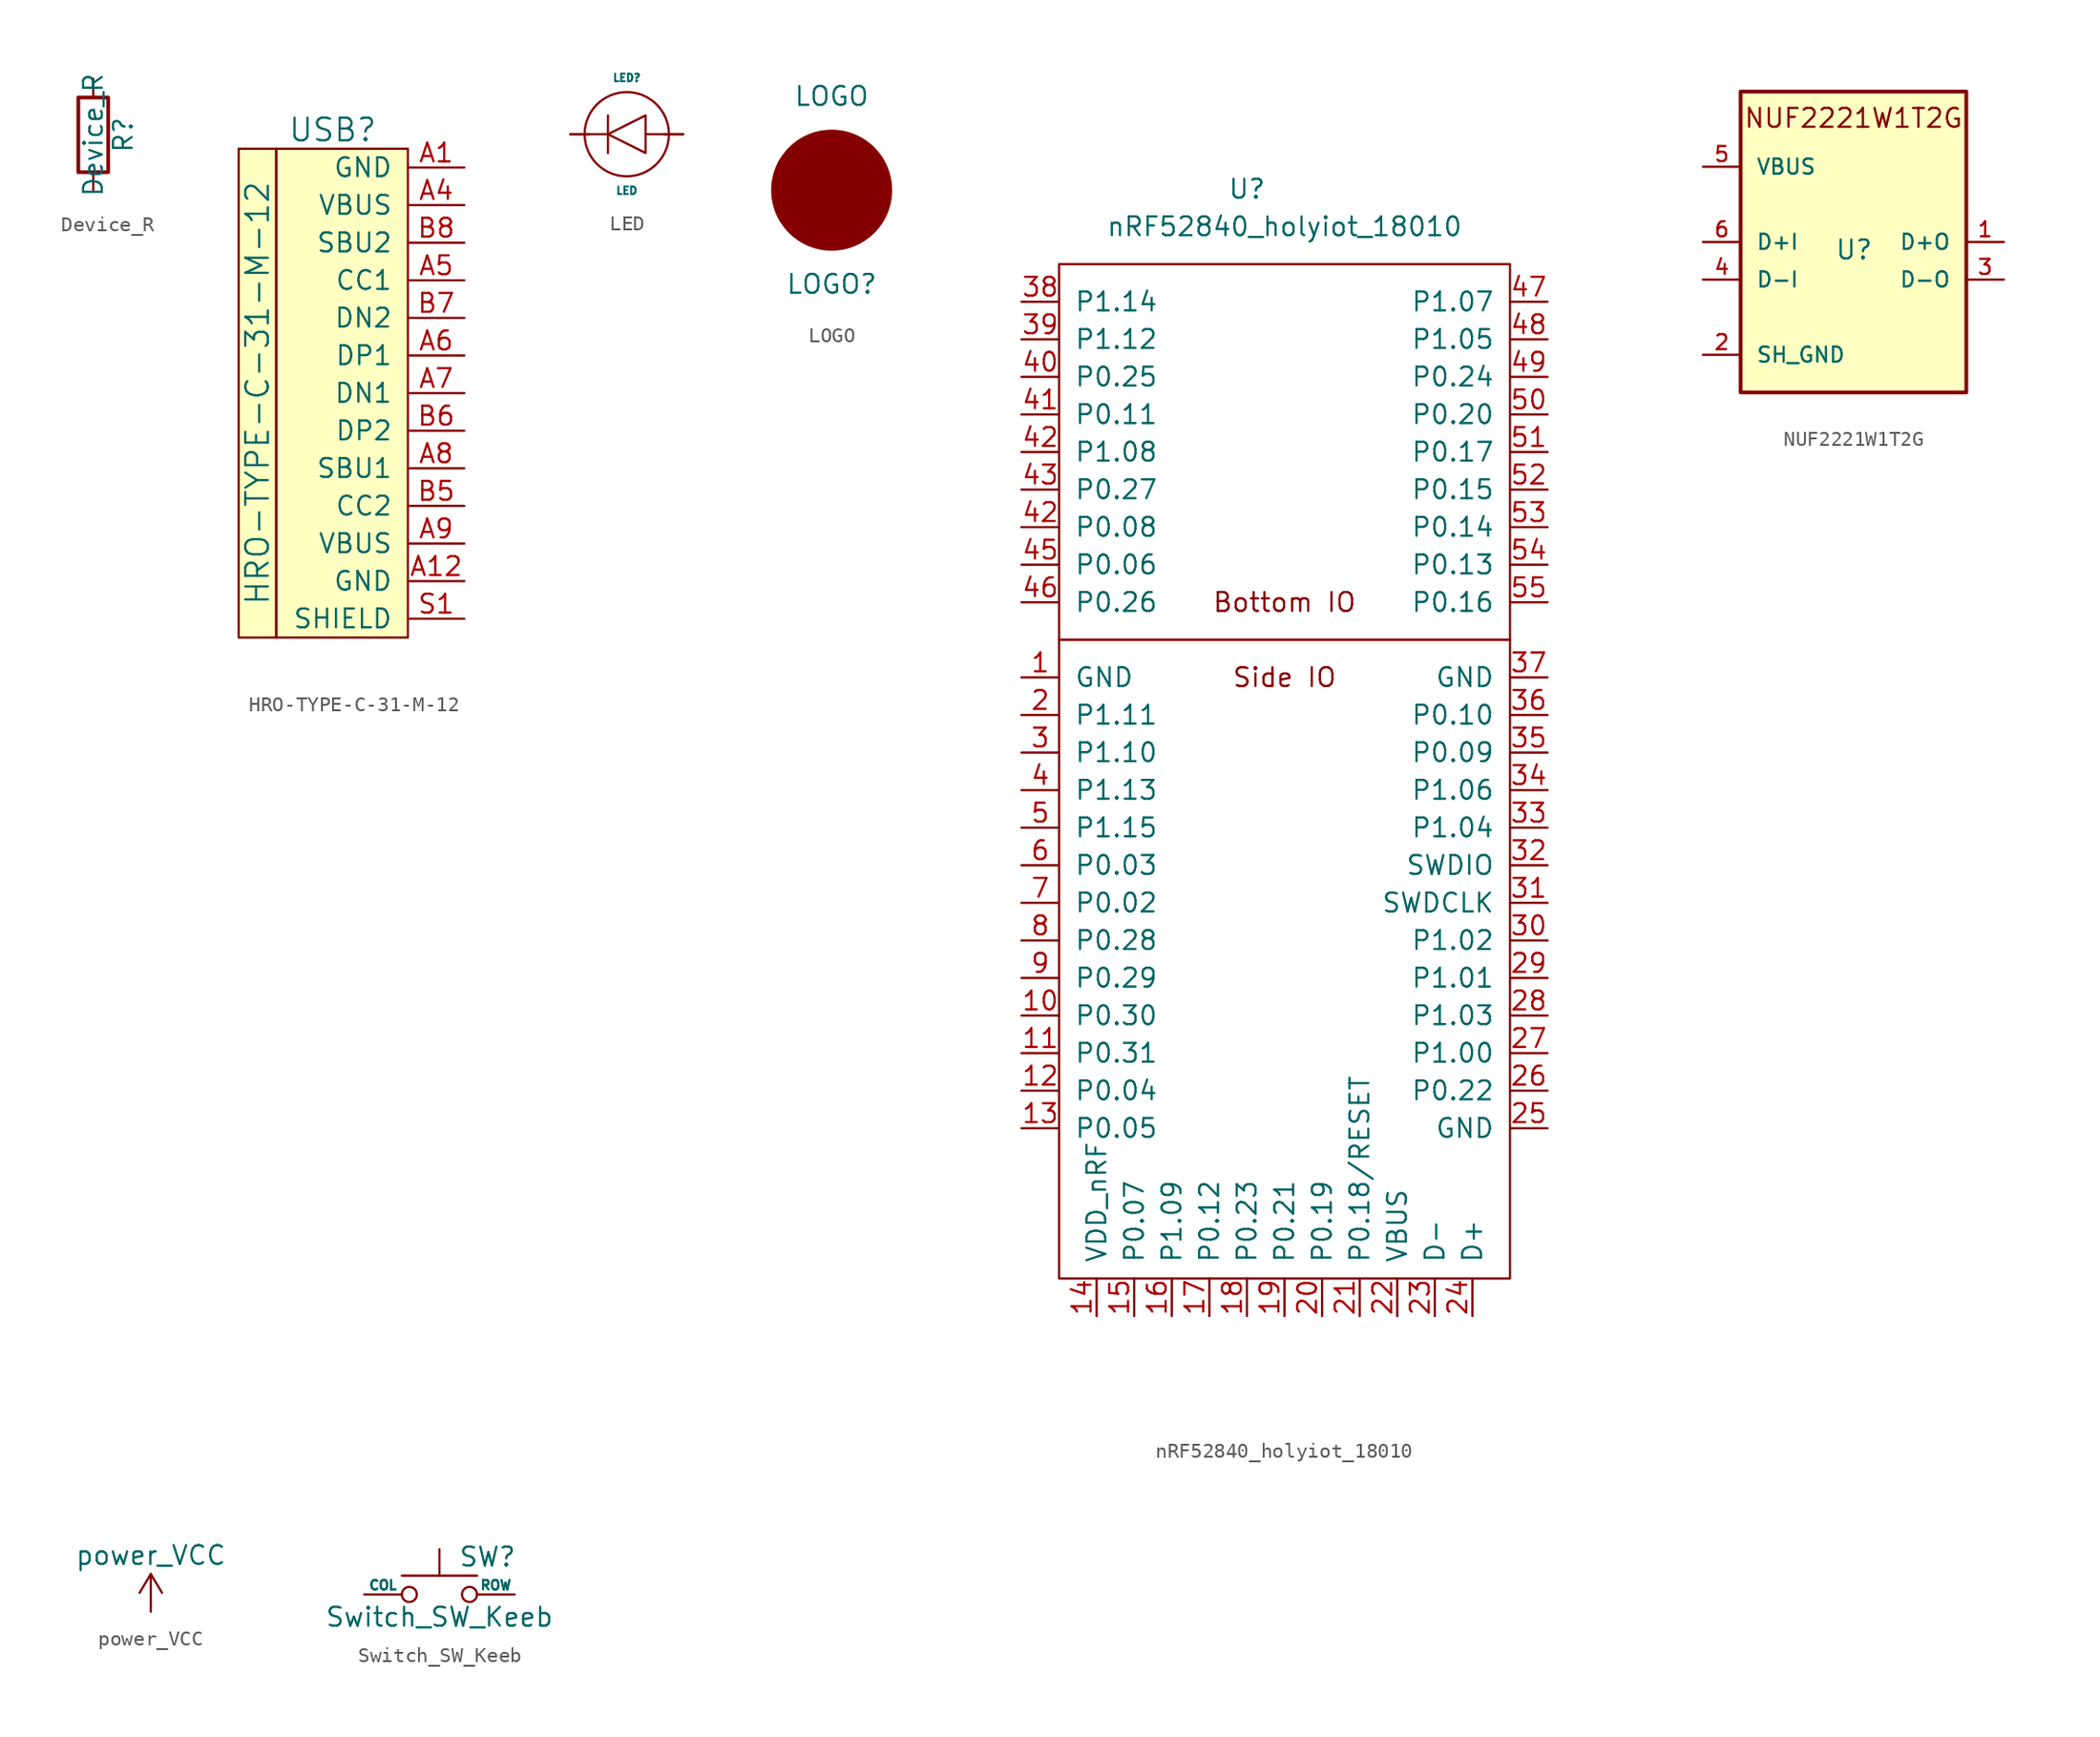
<source format=kicad_sym>
(kicad_symbol_lib
  (version 20201005)
  (generator kicad_symbol_editor)
  (symbol "arisutea-stm32:Device_R"
    (pin_numbers hide)
    (pin_names
      (offset 0))
    (property "Reference" "R"
      (at 2.032 0 90)
      (effects (font (size 1.27 1.27))))
    (property "Value" "Device_R"
      (at 0 0 90)
      (effects (font (size 1.27 1.27))))
    (symbol "Device_R_0_1"
      (rectangle (start -1.016 -2.54) (end 1.016 2.54) (stroke (width 0.254)) (fill (type none))))
    (symbol "Device_R_1_1"
      (pin passive line (at 0 3.81 270) (length 1.27) (name "~" (effects (font (size 1.27 1.27)))) (number "1" (effects (font (size 1.27 1.27)))))
      (pin passive line (at 0 -3.81 90) (length 1.27) (name "~" (effects (font (size 1.27 1.27)))) (number "2" (effects (font (size 1.27 1.27)))))))
  (symbol "arisutea-stm32:HRO-TYPE-C-31-M-12"
    (pin_names
      (offset 1.016))
    (property "Reference" "USB"
      (at -5.08 16.51 0)
      (effects (font (size 1.524 1.524))))
    (property "Value" "HRO-TYPE-C-31-M-12"
      (at -10.16 -1.27 90)
      (effects (font (size 1.524 1.524))))
    (symbol "HRO-TYPE-C-31-M-12_0_1"
      (rectangle (start -11.43 15.24) (end -8.89 -17.78) (stroke (width 0)) (fill (type background)))
      (rectangle (start 0 -17.78) (end -8.89 15.24) (stroke (width 0)) (fill (type background))))
    (symbol "HRO-TYPE-C-31-M-12_1_1"
      (pin power_out line (at 3.81 13.97 180) (length 3.8) (name "GND" (effects (font (size 1.27 1.27)))) (number "A1" (effects (font (size 1.27 1.27)))))
      (pin power_out line (at 3.81 -13.97 180) (length 3.8) (name "GND" (effects (font (size 1.27 1.27)))) (number "A12" (effects (font (size 1.27 1.27)))))
      (pin power_out line (at 3.81 11.43 180) (length 3.8) (name "VBUS" (effects (font (size 1.27 1.27)))) (number "A4" (effects (font (size 1.27 1.27)))))
      (pin bidirectional line (at 3.81 6.35 180) (length 3.8) (name "CC1" (effects (font (size 1.27 1.27)))) (number "A5" (effects (font (size 1.27 1.27)))))
      (pin bidirectional line (at 3.81 1.27 180) (length 3.8) (name "DP1" (effects (font (size 1.27 1.27)))) (number "A6" (effects (font (size 1.27 1.27)))))
      (pin bidirectional line (at 3.81 -1.27 180) (length 3.8) (name "DN1" (effects (font (size 1.27 1.27)))) (number "A7" (effects (font (size 1.27 1.27)))))
      (pin bidirectional line (at 3.81 -6.35 180) (length 3.8) (name "SBU1" (effects (font (size 1.27 1.27)))) (number "A8" (effects (font (size 1.27 1.27)))))
      (pin power_out line (at 3.81 -11.43 180) (length 3.8) (name "VBUS" (effects (font (size 1.27 1.27)))) (number "A9" (effects (font (size 1.27 1.27)))))
      (pin bidirectional line (at 3.81 -8.89 180) (length 3.8) (name "CC2" (effects (font (size 1.27 1.27)))) (number "B5" (effects (font (size 1.27 1.27)))))
      (pin bidirectional line (at 3.81 -3.81 180) (length 3.8) (name "DP2" (effects (font (size 1.27 1.27)))) (number "B6" (effects (font (size 1.27 1.27)))))
      (pin bidirectional line (at 3.81 3.81 180) (length 3.8) (name "DN2" (effects (font (size 1.27 1.27)))) (number "B7" (effects (font (size 1.27 1.27)))))
      (pin bidirectional line (at 3.81 8.89 180) (length 3.8) (name "SBU2" (effects (font (size 1.27 1.27)))) (number "B8" (effects (font (size 1.27 1.27)))))
      (pin passive line (at 3.81 -16.51 180) (length 3.8) (name "SHIELD" (effects (font (size 1.27 1.27)))) (number "S1" (effects (font (size 1.27 1.27)))))))
  (symbol "arisutea-stm32:LED"
    (pin_names
      (offset 1.016))
    (property "Reference" "LED"
      (at 0 3.81 0)
      (effects (font (size 0.508 0.508))))
    (property "Value" "LED"
      (at 0 -3.81 0)
      (effects (font (size 0.508 0.508))))
    (symbol "LED_0_1"
      (circle (center 0 0) (radius 2.845) (stroke (width 0)) (fill (type none)))
      (polyline (pts (xy -2.54 0) (xy -3.81 0)) (stroke (width 0)) (fill (type none)))
      (polyline (pts (xy -1.27 -1.27) (xy -1.27 1.27)) (stroke (width 0)) (fill (type none)))
      (polyline (pts (xy -1.27 0) (xy -2.54 0)) (stroke (width 0)) (fill (type none)))
      (polyline (pts (xy 2.54 0) (xy 3.81 0)) (stroke (width 0)) (fill (type none)))
      (polyline (pts (xy 2.54 0) (xy 1.27 0) (xy 1.27 -1.27) (xy 1.27 1.27) (xy -1.27 0) (xy 1.27 -1.27) (xy 1.27 0)) (stroke (width 0)) (fill (type none))))
    (symbol "LED_1_1"
      (pin input line (at 3.81 0 180) (length 1.27) (name "A" (effects (font (size 0 0)))) (number "A" (effects (font (size 0 0)))))
      (pin output line (at -3.81 0 0) (length 1.27) (name "C" (effects (font (size 0 0)))) (number "C" (effects (font (size 0 0)))))))
  (symbol "arisutea-stm32:LOGO"
    (pin_numbers hide)
    (pin_names
      (offset 0) hide)
    (property "Reference" "LOGO"
      (at 0 -6.35 0)
      (effects (font (size 1.27 1.27))))
    (property "Value" "LOGO"
      (at 0 6.35 0)
      (effects (font (size 1.27 1.27))))
    (symbol "LOGO_0_1"
      (circle (center 0 0) (radius 4.013) (stroke (width 0)) (fill (type outline)))))
  (symbol "arisutea-stm32:nRF52840_holyiot_18010"
    (pin_names
      (offset 1.016))
    (property "Reference" "U"
      (at -2.54 39.37 0)
      (effects (font (size 1.27 1.27))))
    (property "Value" "nRF52840_holyiot_18010"
      (at 0 36.83 0)
      (effects (font (size 1.27 1.27))))
    (symbol "nRF52840_holyiot_18010_0_0"
      (text "Bottom IO" (at 0 11.43 0) (effects (font (size 1.27 1.27))))
      (text "Side IO" (at 0 6.35 0) (effects (font (size 1.27 1.27))))
      (rectangle (start -15.24 8.89) (end 15.24 -34.29) (stroke (width 0)) (fill (type none)))
      (rectangle (start -15.24 8.89) (end 15.24 34.29) (stroke (width 0)) (fill (type none))))
    (symbol "nRF52840_holyiot_18010_1_1"
      (pin power_in line (at -17.78 6.35 0) (length 2.54) (name "GND" (effects (font (size 1.27 1.27)))) (number "1" (effects (font (size 1.27 1.27)))))
      (pin bidirectional line (at -17.78 -16.51 0) (length 2.54) (name "P0.30" (effects (font (size 1.27 1.27)))) (number "10" (effects (font (size 1.27 1.27)))))
      (pin bidirectional line (at -17.78 -19.05 0) (length 2.54) (name "P0.31" (effects (font (size 1.27 1.27)))) (number "11" (effects (font (size 1.27 1.27)))))
      (pin bidirectional line (at -17.78 -21.59 0) (length 2.54) (name "P0.04" (effects (font (size 1.27 1.27)))) (number "12" (effects (font (size 1.27 1.27)))))
      (pin bidirectional line (at -17.78 -24.13 0) (length 2.54) (name "P0.05" (effects (font (size 1.27 1.27)))) (number "13" (effects (font (size 1.27 1.27)))))
      (pin power_in line (at -12.7 -36.83 90) (length 2.54) (name "VDD_nRF" (effects (font (size 1.27 1.27)))) (number "14" (effects (font (size 1.27 1.27)))))
      (pin bidirectional line (at -10.16 -36.83 90) (length 2.54) (name "P0.07" (effects (font (size 1.27 1.27)))) (number "15" (effects (font (size 1.27 1.27)))))
      (pin bidirectional line (at -7.62 -36.83 90) (length 2.54) (name "P1.09" (effects (font (size 1.27 1.27)))) (number "16" (effects (font (size 1.27 1.27)))))
      (pin bidirectional line (at -5.08 -36.83 90) (length 2.54) (name "P0.12" (effects (font (size 1.27 1.27)))) (number "17" (effects (font (size 1.27 1.27)))))
      (pin bidirectional line (at -2.54 -36.83 90) (length 2.54) (name "P0.23" (effects (font (size 1.27 1.27)))) (number "18" (effects (font (size 1.27 1.27)))))
      (pin bidirectional line (at 0 -36.83 90) (length 2.54) (name "P0.21" (effects (font (size 1.27 1.27)))) (number "19" (effects (font (size 1.27 1.27)))))
      (pin bidirectional line (at -17.78 3.81 0) (length 2.54) (name "P1.11" (effects (font (size 1.27 1.27)))) (number "2" (effects (font (size 1.27 1.27)))))
      (pin bidirectional line (at 2.54 -36.83 90) (length 2.54) (name "P0.19" (effects (font (size 1.27 1.27)))) (number "20" (effects (font (size 1.27 1.27)))))
      (pin input line (at 5.08 -36.83 90) (length 2.54) (name "P0.18/RESET" (effects (font (size 1.27 1.27)))) (number "21" (effects (font (size 1.27 1.27)))))
      (pin power_in line (at 7.62 -36.83 90) (length 2.54) (name "VBUS" (effects (font (size 1.27 1.27)))) (number "22" (effects (font (size 1.27 1.27)))))
      (pin bidirectional line (at 10.16 -36.83 90) (length 2.54) (name "D-" (effects (font (size 1.27 1.27)))) (number "23" (effects (font (size 1.27 1.27)))))
      (pin bidirectional line (at 12.7 -36.83 90) (length 2.54) (name "D+" (effects (font (size 1.27 1.27)))) (number "24" (effects (font (size 1.27 1.27)))))
      (pin power_in line (at 17.78 -24.13 180) (length 2.54) (name "GND" (effects (font (size 1.27 1.27)))) (number "25" (effects (font (size 1.27 1.27)))))
      (pin bidirectional line (at 17.78 -21.59 180) (length 2.54) (name "P0.22" (effects (font (size 1.27 1.27)))) (number "26" (effects (font (size 1.27 1.27)))))
      (pin bidirectional line (at 17.78 -19.05 180) (length 2.54) (name "P1.00" (effects (font (size 1.27 1.27)))) (number "27" (effects (font (size 1.27 1.27)))))
      (pin bidirectional line (at 17.78 -16.51 180) (length 2.54) (name "P1.03" (effects (font (size 1.27 1.27)))) (number "28" (effects (font (size 1.27 1.27)))))
      (pin bidirectional line (at 17.78 -13.97 180) (length 2.54) (name "P1.01" (effects (font (size 1.27 1.27)))) (number "29" (effects (font (size 1.27 1.27)))))
      (pin bidirectional line (at -17.78 1.27 0) (length 2.54) (name "P1.10" (effects (font (size 1.27 1.27)))) (number "3" (effects (font (size 1.27 1.27)))))
      (pin bidirectional line (at 17.78 -11.43 180) (length 2.54) (name "P1.02" (effects (font (size 1.27 1.27)))) (number "30" (effects (font (size 1.27 1.27)))))
      (pin bidirectional line (at 17.78 -8.89 180) (length 2.54) (name "SWDCLK" (effects (font (size 1.27 1.27)))) (number "31" (effects (font (size 1.27 1.27)))))
      (pin bidirectional line (at 17.78 -6.35 180) (length 2.54) (name "SWDIO" (effects (font (size 1.27 1.27)))) (number "32" (effects (font (size 1.27 1.27)))))
      (pin bidirectional line (at 17.78 -3.81 180) (length 2.54) (name "P1.04" (effects (font (size 1.27 1.27)))) (number "33" (effects (font (size 1.27 1.27)))))
      (pin bidirectional line (at 17.78 -1.27 180) (length 2.54) (name "P1.06" (effects (font (size 1.27 1.27)))) (number "34" (effects (font (size 1.27 1.27)))))
      (pin bidirectional line (at 17.78 1.27 180) (length 2.54) (name "P0.09" (effects (font (size 1.27 1.27)))) (number "35" (effects (font (size 1.27 1.27)))))
      (pin bidirectional line (at 17.78 3.81 180) (length 2.54) (name "P0.10" (effects (font (size 1.27 1.27)))) (number "36" (effects (font (size 1.27 1.27)))))
      (pin power_in line (at 17.78 6.35 180) (length 2.54) (name "GND" (effects (font (size 1.27 1.27)))) (number "37" (effects (font (size 1.27 1.27)))))
      (pin bidirectional line (at -17.78 31.75 0) (length 2.54) (name "P1.14" (effects (font (size 1.27 1.27)))) (number "38" (effects (font (size 1.27 1.27)))))
      (pin bidirectional line (at -17.78 29.21 0) (length 2.54) (name "P1.12" (effects (font (size 1.27 1.27)))) (number "39" (effects (font (size 1.27 1.27)))))
      (pin bidirectional line (at -17.78 -1.27 0) (length 2.54) (name "P1.13" (effects (font (size 1.27 1.27)))) (number "4" (effects (font (size 1.27 1.27)))))
      (pin bidirectional line (at -17.78 26.67 0) (length 2.54) (name "P0.25" (effects (font (size 1.27 1.27)))) (number "40" (effects (font (size 1.27 1.27)))))
      (pin bidirectional line (at -17.78 24.13 0) (length 2.54) (name "P0.11" (effects (font (size 1.27 1.27)))) (number "41" (effects (font (size 1.27 1.27)))))
      (pin bidirectional line (at -17.78 16.51 0) (length 2.54) (name "P0.08" (effects (font (size 1.27 1.27)))) (number "42" (effects (font (size 1.27 1.27)))))
      (pin bidirectional line (at -17.78 21.59 0) (length 2.54) (name "P1.08" (effects (font (size 1.27 1.27)))) (number "42" (effects (font (size 1.27 1.27)))))
      (pin bidirectional line (at -17.78 19.05 0) (length 2.54) (name "P0.27" (effects (font (size 1.27 1.27)))) (number "43" (effects (font (size 1.27 1.27)))))
      (pin bidirectional line (at -17.78 13.97 0) (length 2.54) (name "P0.06" (effects (font (size 1.27 1.27)))) (number "45" (effects (font (size 1.27 1.27)))))
      (pin bidirectional line (at -17.78 11.43 0) (length 2.54) (name "P0.26" (effects (font (size 1.27 1.27)))) (number "46" (effects (font (size 1.27 1.27)))))
      (pin bidirectional line (at 17.78 31.75 180) (length 2.54) (name "P1.07" (effects (font (size 1.27 1.27)))) (number "47" (effects (font (size 1.27 1.27)))))
      (pin bidirectional line (at 17.78 29.21 180) (length 2.54) (name "P1.05" (effects (font (size 1.27 1.27)))) (number "48" (effects (font (size 1.27 1.27)))))
      (pin bidirectional line (at 17.78 26.67 180) (length 2.54) (name "P0.24" (effects (font (size 1.27 1.27)))) (number "49" (effects (font (size 1.27 1.27)))))
      (pin bidirectional line (at -17.78 -3.81 0) (length 2.54) (name "P1.15" (effects (font (size 1.27 1.27)))) (number "5" (effects (font (size 1.27 1.27)))))
      (pin bidirectional line (at 17.78 24.13 180) (length 2.54) (name "P0.20" (effects (font (size 1.27 1.27)))) (number "50" (effects (font (size 1.27 1.27)))))
      (pin bidirectional line (at 17.78 21.59 180) (length 2.54) (name "P0.17" (effects (font (size 1.27 1.27)))) (number "51" (effects (font (size 1.27 1.27)))))
      (pin bidirectional line (at 17.78 19.05 180) (length 2.54) (name "P0.15" (effects (font (size 1.27 1.27)))) (number "52" (effects (font (size 1.27 1.27)))))
      (pin bidirectional line (at 17.78 16.51 180) (length 2.54) (name "P0.14" (effects (font (size 1.27 1.27)))) (number "53" (effects (font (size 1.27 1.27)))))
      (pin bidirectional line (at 17.78 13.97 180) (length 2.54) (name "P0.13" (effects (font (size 1.27 1.27)))) (number "54" (effects (font (size 1.27 1.27)))))
      (pin bidirectional line (at 17.78 11.43 180) (length 2.54) (name "P0.16" (effects (font (size 1.27 1.27)))) (number "55" (effects (font (size 1.27 1.27)))))
      (pin bidirectional line (at -17.78 -6.35 0) (length 2.54) (name "P0.03" (effects (font (size 1.27 1.27)))) (number "6" (effects (font (size 1.27 1.27)))))
      (pin bidirectional line (at -17.78 -8.89 0) (length 2.54) (name "P0.02" (effects (font (size 1.27 1.27)))) (number "7" (effects (font (size 1.27 1.27)))))
      (pin bidirectional line (at -17.78 -11.43 0) (length 2.54) (name "P0.28" (effects (font (size 1.27 1.27)))) (number "8" (effects (font (size 1.27 1.27)))))
      (pin bidirectional line (at -17.78 -13.97 0) (length 2.54) (name "P0.29" (effects (font (size 1.27 1.27)))) (number "9" (effects (font (size 1.27 1.27)))))))
  (symbol "arisutea-stm32:NUF2221W1T2G"
    (pin_names
      (offset 1.016))
    (property "Reference" "U"
      (at -1.27 -3.81 0)
      (effects (font (size 1.27 1.27)) (justify left bottom)))
    (symbol "NUF2221W1T2G_0_0"
      (text "NUF2221W1T2G" (at 0 5.08 0) (effects (font (size 1.27 1.27)) (justify bottom)))
      (rectangle (start -7.62 7.62) (end 7.62 -12.7) (stroke (width 0.254)) (fill (type background)))
      (pin bidirectional line (at 10.16 -2.54 180) (length 2.54) (name "D+O" (effects (font (size 1.016 1.016)))) (number "1" (effects (font (size 1.016 1.016)))))
      (pin output line (at -10.16 -10.16 0) (length 2.54) (name "SH_GND" (effects (font (size 1.016 1.016)))) (number "2" (effects (font (size 1.016 1.016)))))
      (pin bidirectional line (at 10.16 -5.08 180) (length 2.54) (name "D-O" (effects (font (size 1.016 1.016)))) (number "3" (effects (font (size 1.016 1.016)))))
      (pin bidirectional line (at -10.16 -5.08 0) (length 2.54) (name "D-I" (effects (font (size 1.016 1.016)))) (number "4" (effects (font (size 1.016 1.016)))))
      (pin power_in line (at -10.16 2.54 0) (length 2.54) (name "VBUS" (effects (font (size 1.016 1.016)))) (number "5" (effects (font (size 1.016 1.016)))))
      (pin bidirectional line (at -10.16 -2.54 0) (length 2.54) (name "D+I" (effects (font (size 1.016 1.016)))) (number "6" (effects (font (size 1.016 1.016)))))))
  (symbol "arisutea-stm32:power_VCC"
    (power)
    (pin_names
      (offset 0))
    (property "Reference" "#PWR"
      (at 0 -3.81 0)
      (effects (font (size 1.27 1.27)) hide))
    (property "Value" "power_VCC"
      (at 0 3.81 0)
      (effects (font (size 1.27 1.27))))
    (symbol "power_VCC_0_1"
      (polyline (pts (xy -0.762 1.27) (xy 0 2.54)) (stroke (width 0)) (fill (type none)))
      (polyline (pts (xy 0 0) (xy 0 2.54)) (stroke (width 0)) (fill (type none)))
      (polyline (pts (xy 0 2.54) (xy 0.762 1.27)) (stroke (width 0)) (fill (type none))))
    (symbol "power_VCC_1_1"
      (pin power_in line (at 0 0 90) (length 0) hide (name "VCC" (effects (font (size 1.27 1.27)))) (number "1" (effects (font (size 1.27 1.27)))))))
  (symbol "arisutea-stm32:Switch_SW_Keeb"
    (pin_numbers hide)
    (pin_names
      (offset 0))
    (property "Reference" "SW"
      (at 1.27 2.54 0)
      (effects (font (size 1.27 1.27)) (justify left)))
    (property "Value" "Switch_SW_Keeb"
      (at 0 -1.524 0)
      (effects (font (size 1.27 1.27))))
    (symbol "Switch_SW_Keeb_0_1"
      (circle (center -2.032 0) (radius 0.508) (stroke (width 0)) (fill (type none)))
      (circle (center 2.032 0) (radius 0.508) (stroke (width 0)) (fill (type none)))
      (polyline (pts (xy 0 1.27) (xy 0 3.048)) (stroke (width 0)) (fill (type none)))
      (polyline (pts (xy 2.54 1.27) (xy -2.54 1.27)) (stroke (width 0)) (fill (type none))))
    (symbol "Switch_SW_Keeb_1_1"
      (pin passive line (at 5.08 0 180) (length 2.54) (name "ROW" (effects (font (size 0.635 0.635)))) (number "1" (effects (font (size 0.635 0.635)))))
      (pin passive line (at -5.08 0 0) (length 2.54) (name "COL" (effects (font (size 0.635 0.635)))) (number "2" (effects (font (size 0.635 0.635))))))))
</source>
